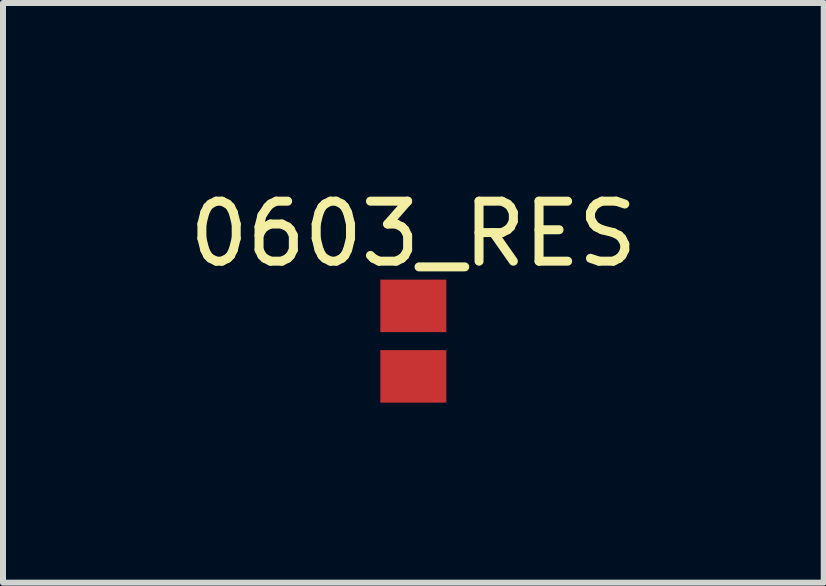
<source format=kicad_pcb>
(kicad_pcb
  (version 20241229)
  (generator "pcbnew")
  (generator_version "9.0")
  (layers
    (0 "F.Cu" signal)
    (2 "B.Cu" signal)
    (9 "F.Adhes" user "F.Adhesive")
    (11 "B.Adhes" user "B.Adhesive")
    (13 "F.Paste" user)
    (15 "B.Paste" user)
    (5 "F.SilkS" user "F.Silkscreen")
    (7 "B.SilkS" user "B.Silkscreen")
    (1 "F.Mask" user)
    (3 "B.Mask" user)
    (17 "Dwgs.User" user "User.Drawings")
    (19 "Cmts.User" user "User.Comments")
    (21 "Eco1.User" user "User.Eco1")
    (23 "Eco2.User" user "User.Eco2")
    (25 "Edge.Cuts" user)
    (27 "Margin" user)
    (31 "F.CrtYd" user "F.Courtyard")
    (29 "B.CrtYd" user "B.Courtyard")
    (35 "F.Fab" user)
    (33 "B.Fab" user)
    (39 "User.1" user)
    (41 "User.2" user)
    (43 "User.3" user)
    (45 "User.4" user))
  (footprint "0603_RES"
    (layer "F.Cu")
    (at 3.839 2.648)
    (property "Reference" "0603_RES" (at 0 -1.8 0) (layer "F.SilkS") (effects (font (size 1 1) (thickness 0.15))))
    (attr through_hole)
    (pad "1" smd rect (at 0 -0.6) (size 1.1 0.875) (layers "F.Cu" "F.Mask" "F.Paste"))
    (pad "2" smd rect (at 0 0.575) (size 1.1 0.875) (layers "F.Cu" "F.Mask" "F.Paste")))
  (gr_rect
    (start -3 -3)
    (end 10.679 6.661)
    (stroke (width 0.1) (type default))
    (fill no)
    (layer "Edge.Cuts")))
</source>
